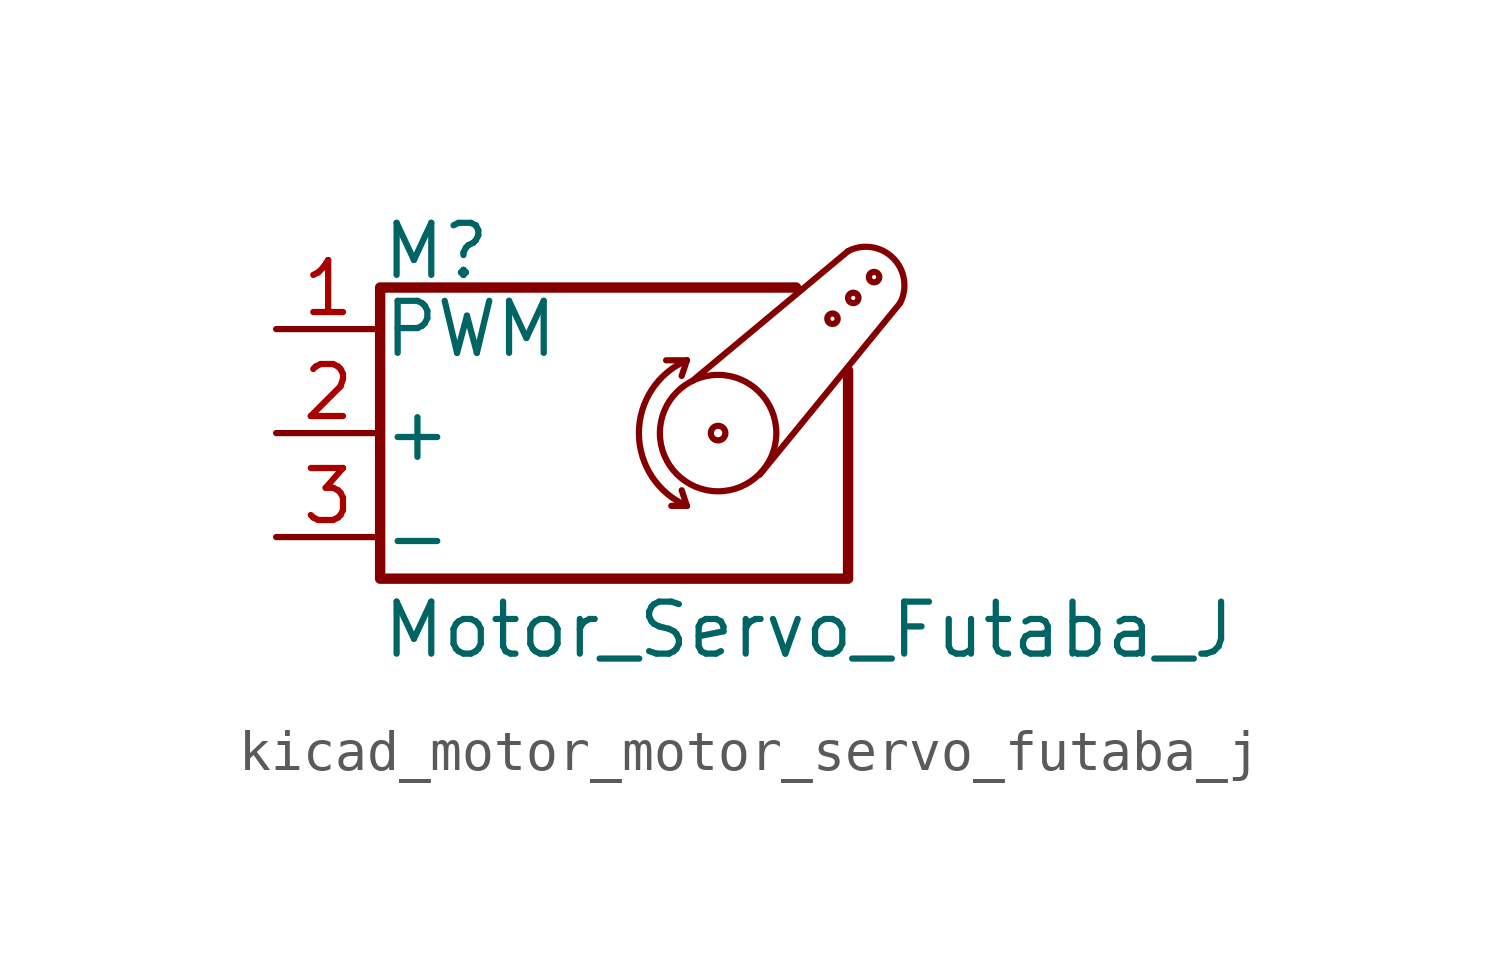
<source format=kicad_sym>
(kicad_symbol_lib
  (version 20220914)
  (generator kicad_symbol_editor)
  (symbol "kicad_motor_motor_servo_futaba_j"
    (pin_names
      (offset 0.025))
    (property "Reference" "M"
      (at -5.08 4.445 0)
      (effects (font (size 1.27 1.27)) (justify left)))
    (property "Value" "Motor_Servo_Futaba_J"
      (at -5.08 -4.064 0)
      (effects (font (size 1.27 1.27)) (justify left top)))
    (symbol "kicad_motor_motor_servo_futaba_j_0_1"
      (polyline (pts (xy 2.413 -1.778) (xy 2.032 -1.778)) (stroke (width 0) (type default)) (fill (type none)))
      (polyline (pts (xy 2.413 -1.778) (xy 2.286 -1.397)) (stroke (width 0) (type default)) (fill (type none)))
      (polyline (pts (xy 2.413 1.778) (xy 1.905 1.778)) (stroke (width 0) (type default)) (fill (type none)))
      (polyline (pts (xy 2.413 1.778) (xy 2.286 1.397)) (stroke (width 0) (type default)) (fill (type none)))
      (polyline (pts (xy 6.35 4.445) (xy 2.54 1.27)) (stroke (width 0) (type default)) (fill (type none)))
      (polyline (pts (xy 7.62 3.175) (xy 4.191 -1.016)) (stroke (width 0) (type default)) (fill (type none)))
      (polyline (pts (xy 5.08 3.556) (xy -5.08 3.556) (xy -5.08 -3.556) (xy 6.35 -3.556) (xy 6.35 1.524)) (stroke (width 0.254) (type default)) (fill (type none)))
      (arc (start 2.413 1.778) (mid 1.2406 0) (end 2.413 -1.778) (stroke (width 0) (type default)) (fill (type none)))
      (circle (center 3.175 0) (radius 0.178) (stroke (width 0) (type default)) (fill (type none)))
      (circle (center 3.175 0) (radius 1.422) (stroke (width 0) (type default)) (fill (type none)))
      (circle (center 5.969 2.794) (radius 0.127) (stroke (width 0) (type default)) (fill (type none)))
      (circle (center 6.477 3.302) (radius 0.127) (stroke (width 0) (type default)) (fill (type none)))
      (circle (center 6.985 3.81) (radius 0.127) (stroke (width 0) (type default)) (fill (type none)))
      (arc (start 7.62 3.175) (mid 7.4485 4.2735) (end 6.35 4.445) (stroke (width 0) (type default)) (fill (type none))))
    (symbol "kicad_motor_motor_servo_futaba_j_1_1"
      (pin passive line (at -7.62 2.54 0) (length 2.54) (name "PWM" (effects (font (size 1.27 1.27)))) (number "1" (effects (font (size 1.27 1.27)))))
      (pin passive line (at -7.62 0 0) (length 2.54) (name "+" (effects (font (size 1.27 1.27)))) (number "2" (effects (font (size 1.27 1.27)))))
      (pin passive line (at -7.62 -2.54 0) (length 2.54) (name "-" (effects (font (size 1.27 1.27)))) (number "3" (effects (font (size 1.27 1.27))))))))
</source>
